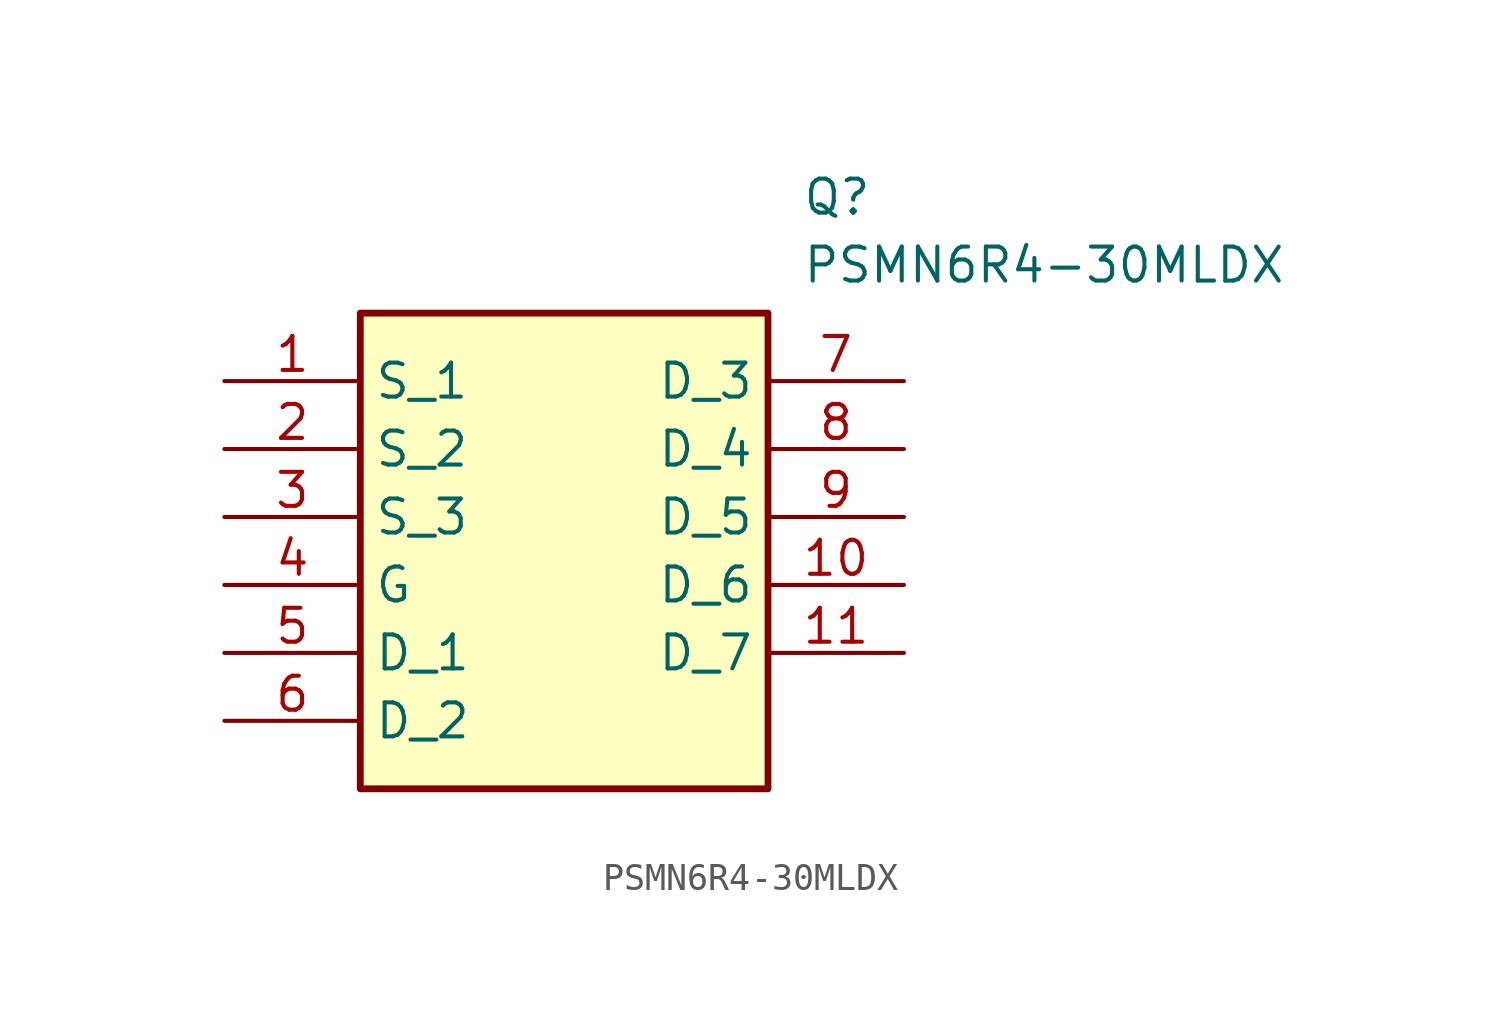
<source format=kicad_sym>
(kicad_symbol_lib
  (version 20211014)
  (generator SamacSys_ECAD_Model)
  (symbol "PSMN6R4-30MLDX"
    (property "Reference" "Q"
      (at 21.59 7.62 0)
      (effects (font (size 1.27 1.27)) (justify left top)))
    (property "Value" "PSMN6R4-30MLDX"
      (at 21.59 5.08 0)
      (effects (font (size 1.27 1.27)) (justify left top)))
    (rectangle
      (start 5.08 2.54)
      (end 20.32 -15.24)
      (stroke (width 0.254) (type default))
      (fill (type background)))
    (pin passive line
      (at 0 0 0)
      (length 5.08)
      (name "S_1" (effects (font (size 1.27 1.27))))
      (number "1" (effects (font (size 1.27 1.27)))))
    (pin passive line
      (at 0 -2.54 0)
      (length 5.08)
      (name "S_2" (effects (font (size 1.27 1.27))))
      (number "2" (effects (font (size 1.27 1.27)))))
    (pin passive line
      (at 0 -5.08 0)
      (length 5.08)
      (name "S_3" (effects (font (size 1.27 1.27))))
      (number "3" (effects (font (size 1.27 1.27)))))
    (pin passive line
      (at 0 -7.62 0)
      (length 5.08)
      (name "G" (effects (font (size 1.27 1.27))))
      (number "4" (effects (font (size 1.27 1.27)))))
    (pin passive line
      (at 0 -10.16 0)
      (length 5.08)
      (name "D_1" (effects (font (size 1.27 1.27))))
      (number "5" (effects (font (size 1.27 1.27)))))
    (pin passive line
      (at 0 -12.7 0)
      (length 5.08)
      (name "D_2" (effects (font (size 1.27 1.27))))
      (number "6" (effects (font (size 1.27 1.27)))))
    (pin passive line
      (at 25.4 0 180)
      (length 5.08)
      (name "D_3" (effects (font (size 1.27 1.27))))
      (number "7" (effects (font (size 1.27 1.27)))))
    (pin passive line
      (at 25.4 -2.54 180)
      (length 5.08)
      (name "D_4" (effects (font (size 1.27 1.27))))
      (number "8" (effects (font (size 1.27 1.27)))))
    (pin passive line
      (at 25.4 -5.08 180)
      (length 5.08)
      (name "D_5" (effects (font (size 1.27 1.27))))
      (number "9" (effects (font (size 1.27 1.27)))))
    (pin passive line
      (at 25.4 -7.62 180)
      (length 5.08)
      (name "D_6" (effects (font (size 1.27 1.27))))
      (number "10" (effects (font (size 1.27 1.27)))))
    (pin passive line
      (at 25.4 -10.16 180)
      (length 5.08)
      (name "D_7" (effects (font (size 1.27 1.27))))
      (number "11" (effects (font (size 1.27 1.27)))))))
</source>
